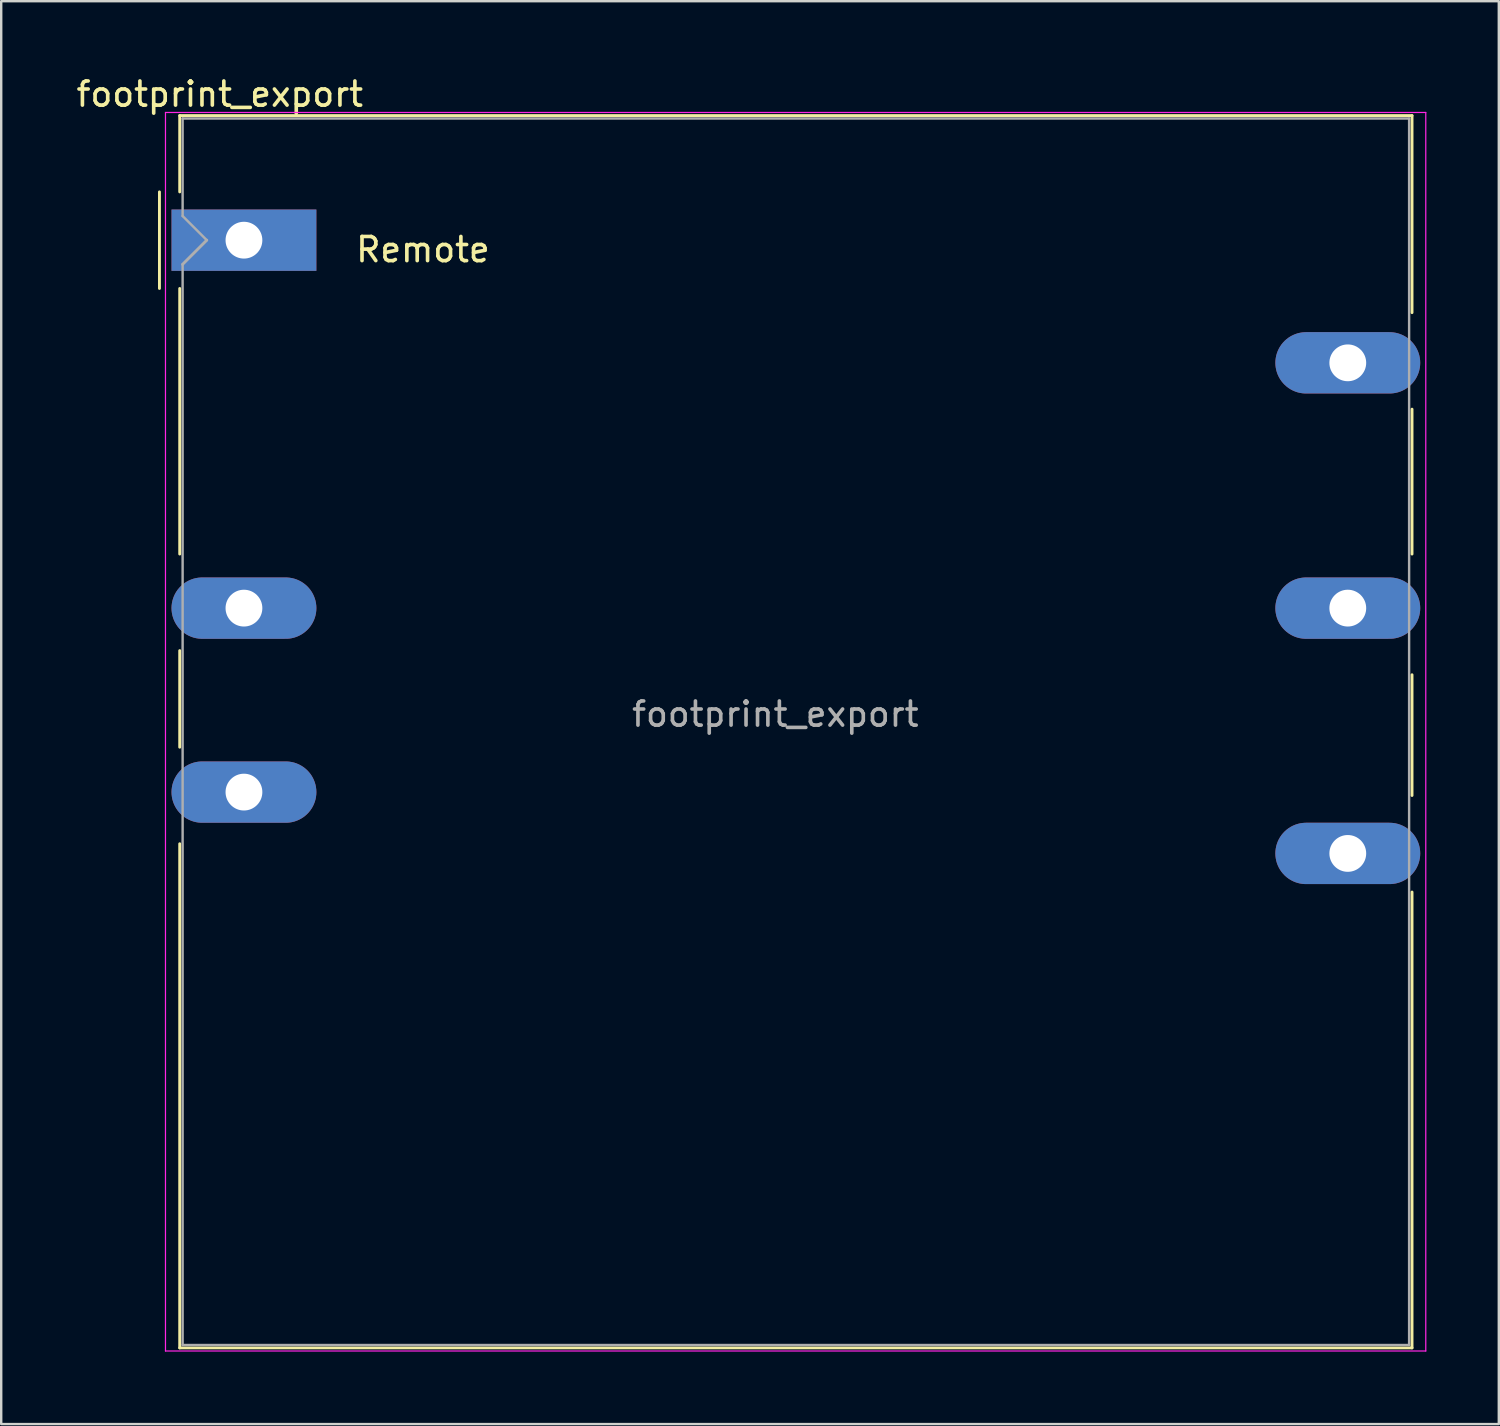
<source format=kicad_pcb>
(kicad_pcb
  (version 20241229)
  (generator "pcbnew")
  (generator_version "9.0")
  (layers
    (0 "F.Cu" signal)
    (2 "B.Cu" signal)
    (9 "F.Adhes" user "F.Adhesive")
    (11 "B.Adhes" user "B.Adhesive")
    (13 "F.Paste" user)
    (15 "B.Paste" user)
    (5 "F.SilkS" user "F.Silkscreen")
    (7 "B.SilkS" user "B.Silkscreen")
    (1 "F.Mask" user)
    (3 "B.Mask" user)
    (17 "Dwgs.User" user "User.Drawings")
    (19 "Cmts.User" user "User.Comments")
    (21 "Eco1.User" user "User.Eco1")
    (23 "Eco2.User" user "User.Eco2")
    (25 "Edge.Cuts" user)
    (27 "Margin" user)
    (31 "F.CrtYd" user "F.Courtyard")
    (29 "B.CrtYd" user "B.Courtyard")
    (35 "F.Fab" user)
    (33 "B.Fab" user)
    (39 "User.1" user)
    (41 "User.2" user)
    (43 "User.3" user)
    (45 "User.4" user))
  (footprint "footprint_export"
    (layer "F.Cu")
    (at 7.054 6.898)
    (property "Reference" "footprint_export" (at -1 -6.05 0) (layer "F.SilkS") (effects (font (size 1 1) (thickness 0.15))))
    (attr through_hole)
    (fp_line (start -3.5 -2) (end -3.5 2) (stroke (width 0.12) (type solid)) (layer "F.SilkS"))
    (fp_line (start -2.66 -5.16) (end 48.38 -5.16) (stroke (width 0.12) (type solid)) (layer "F.SilkS"))
    (fp_line (start -2.66 -2) (end -2.66 -5.16) (stroke (width 0.12) (type solid)) (layer "F.SilkS"))
    (fp_line (start -2.66 2) (end -2.66 13) (stroke (width 0.12) (type solid)) (layer "F.SilkS"))
    (fp_line (start -2.66 17) (end -2.66 21) (stroke (width 0.12) (type solid)) (layer "F.SilkS"))
    (fp_line (start -2.66 25) (end -2.66 45.88) (stroke (width 0.12) (type solid)) (layer "F.SilkS"))
    (fp_line (start 48.38 -5.16) (end 48.38 3) (stroke (width 0.12) (type solid)) (layer "F.SilkS"))
    (fp_line (start 48.38 7) (end 48.38 13) (stroke (width 0.12) (type solid)) (layer "F.SilkS"))
    (fp_line (start 48.38 18) (end 48.38 23) (stroke (width 0.12) (type solid)) (layer "F.SilkS"))
    (fp_line (start 48.38 27) (end 48.38 45.88) (stroke (width 0.12) (type solid)) (layer "F.SilkS"))
    (fp_line (start 48.38 45.88) (end -2.66 45.88) (stroke (width 0.12) (type solid)) (layer "F.SilkS"))
    (fp_line (start -3.25 -5.29) (end -3.25 46.01) (stroke (width 0.05) (type solid)) (layer "F.CrtYd"))
    (fp_line (start -3.25 -5.29) (end 48.95 -5.29) (stroke (width 0.05) (type solid)) (layer "F.CrtYd"))
    (fp_line (start -3.25 46.01) (end 48.95 46.01) (stroke (width 0.05) (type solid)) (layer "F.CrtYd"))
    (fp_line (start 48.95 -5.29) (end 48.95 46.01) (stroke (width 0.05) (type solid)) (layer "F.CrtYd"))
    (fp_line (start -2.54 -5.04) (end 48.26 -5.04) (stroke (width 0.1) (type solid)) (layer "F.Fab"))
    (fp_line (start -2.54 -1) (end -2.54 -5.04) (stroke (width 0.1) (type solid)) (layer "F.Fab"))
    (fp_line (start -2.54 -1) (end -1.54 0) (stroke (width 0.1) (type solid)) (layer "F.Fab"))
    (fp_line (start -2.54 45.76) (end -2.54 1) (stroke (width 0.1) (type solid)) (layer "F.Fab"))
    (fp_line (start -1.54 0) (end -2.54 1) (stroke (width 0.12) (type solid)) (layer "F.Fab"))
    (fp_line (start 48.26 45.76) (end -2.54 45.76) (stroke (width 0.1) (type solid)) (layer "F.Fab"))
    (fp_line (start 48.26 45.76) (end 48.26 -5.04) (stroke (width 0.1) (type solid)) (layer "F.Fab"))
    (fp_text user "Remote" (at 7.414 0.391 0) (layer "F.SilkS") (effects (font (size 1 1) (thickness 0.15))))
    (fp_text user "${REFERENCE}" (at 22.01 19.63 0) (layer "F.Fab") (effects (font (size 1 1) (thickness 0.15))))
    (pad "1" thru_hole rect (at 0 0) (size 5.999 2.54) (drill 1.524) (layers "*.Cu" "*.Mask"))
    (pad "3" thru_hole oval (at 0 15.24) (size 6 2.54) (drill 1.524) (layers "*.Cu" "*.Mask"))
    (pad "4" thru_hole oval (at 0 22.86) (size 6 2.54) (drill 1.524) (layers "*.Cu" "*.Mask"))
    (pad "5" thru_hole oval (at 45.72 5.08) (size 5.999 2.54) (drill 1.524) (layers "*.Cu" "*.Mask"))
    (pad "6" thru_hole oval (at 45.72 15.24) (size 6 2.54) (drill 1.524) (layers "*.Cu" "*.Mask"))
    (pad "7" thru_hole oval (at 45.72 25.4) (size 6 2.54) (drill 1.524) (layers "*.Cu" "*.Mask")))
  (gr_rect
    (start -3 -3)
    (end 59.029 55.933)
    (stroke (width 0.1) (type default))
    (fill no)
    (layer "Edge.Cuts")))
</source>
